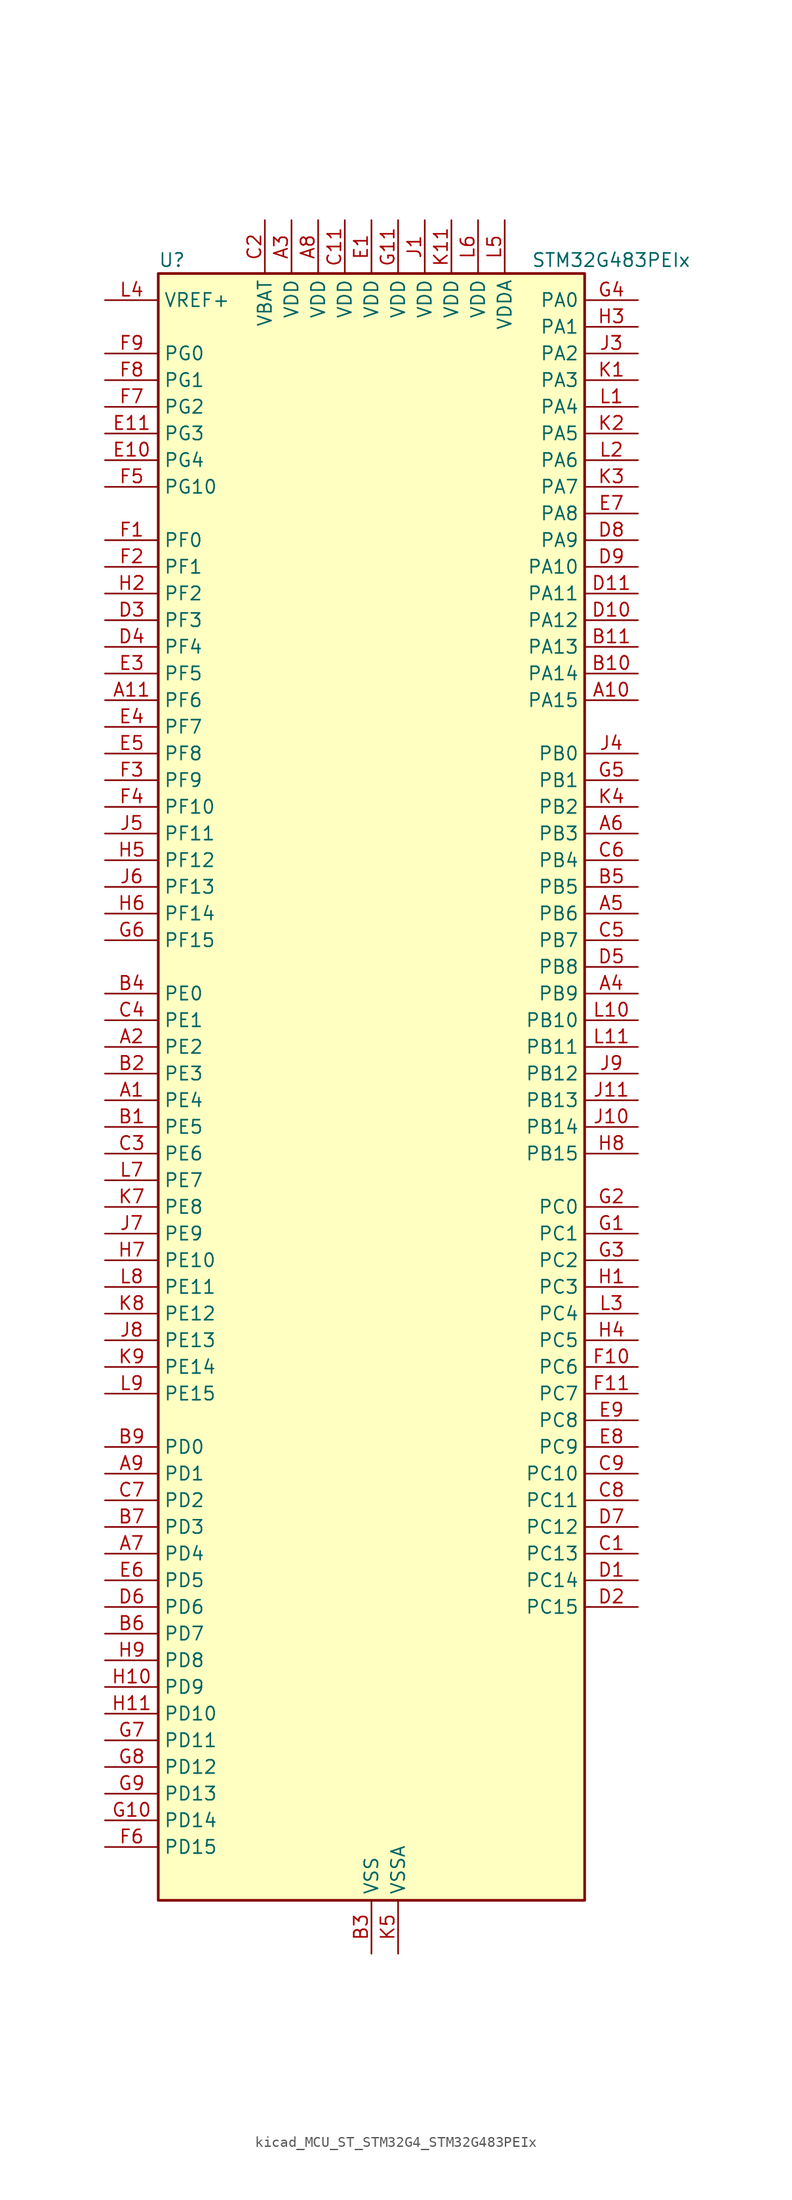
<source format=kicad_sym>
(kicad_symbol_lib
  (version 20220914)
  (generator kicad_symbol_editor)
  (symbol "kicad_MCU_ST_STM32G4_STM32G483PEIx"
    (property "Reference" "U"
      (at -20.32 80.01 0)
      (effects (font (size 1.27 1.27)) (justify left)))
    (property "Value" "STM32G483PEIx"
      (at 15.24 80.01 0)
      (effects (font (size 1.27 1.27)) (justify left)))
    (property "ki_locked" ""
      (at 0 0 0)
      (effects (font (size 1.27 1.27))))
    (symbol "kicad_MCU_ST_STM32G4_STM32G483PEIx_0_1"
      (rectangle (start -20.32 -76.2) (end 20.32 78.74) (stroke (width 0.254) (type default)) (fill (type background))))
    (symbol "kicad_MCU_ST_STM32G4_STM32G483PEIx_1_1"
      (pin bidirectional line (at -25.4 0 0) (length 5.08) (name "PE4" (effects (font (size 1.27 1.27)))) (number "A1" (effects (font (size 1.27 1.27)))) (alternate "FMC_A20" bidirectional line) (alternate "SAI1_D2" bidirectional line) (alternate "SAI1_FS_A" bidirectional line) (alternate "SPI4_NSS" bidirectional line) (alternate "SYS_TRACED1" bidirectional line) (alternate "TIM20_CH1N" bidirectional line) (alternate "TIM3_CH3" bidirectional line))
      (pin bidirectional line (at 25.4 38.1 180) (length 5.08) (name "PA15" (effects (font (size 1.27 1.27)))) (number "A10" (effects (font (size 1.27 1.27)))) (alternate "ADC1_EXTI15" bidirectional line) (alternate "ADC2_EXTI15" bidirectional line) (alternate "FDCAN3_TX" bidirectional line) (alternate "I2C1_SCL" bidirectional line) (alternate "I2S3_WS" bidirectional line) (alternate "SPI1_NSS" bidirectional line) (alternate "SPI3_NSS" bidirectional line) (alternate "SYS_JTDI" bidirectional line) (alternate "TIM1_BKIN" bidirectional line) (alternate "TIM2_CH1" bidirectional line) (alternate "TIM2_ETR" bidirectional line) (alternate "TIM8_CH1" bidirectional line) (alternate "UART4_DE" bidirectional line) (alternate "UART4_RTS" bidirectional line) (alternate "USART2_RX" bidirectional line))
      (pin bidirectional line (at -25.4 38.1 0) (length 5.08) (name "PF6" (effects (font (size 1.27 1.27)))) (number "A11" (effects (font (size 1.27 1.27)))) (alternate "I2C2_SCL" bidirectional line) (alternate "QUADSPI1_BK1_IO3" bidirectional line) (alternate "SAI1_SD_B" bidirectional line) (alternate "TIM4_CH4" bidirectional line) (alternate "TIM5_CH1" bidirectional line) (alternate "TIM5_ETR" bidirectional line) (alternate "USART3_RTS" bidirectional line))
      (pin bidirectional line (at -25.4 5.08 0) (length 5.08) (name "PE2" (effects (font (size 1.27 1.27)))) (number "A2" (effects (font (size 1.27 1.27)))) (alternate "ADC3_EXTI2" bidirectional line) (alternate "ADC4_EXTI2" bidirectional line) (alternate "ADC5_EXTI2" bidirectional line) (alternate "FMC_A23" bidirectional line) (alternate "SAI1_CK1" bidirectional line) (alternate "SAI1_MCLK_A" bidirectional line) (alternate "SPI4_SCK" bidirectional line) (alternate "SYS_TRACECLK" bidirectional line) (alternate "TIM20_CH1" bidirectional line) (alternate "TIM3_CH1" bidirectional line))
      (pin power_in line (at -7.62 83.82 270) (length 5.08) (name "VDD" (effects (font (size 1.27 1.27)))) (number "A3" (effects (font (size 1.27 1.27)))))
      (pin bidirectional line (at 25.4 10.16 180) (length 5.08) (name "PB9" (effects (font (size 1.27 1.27)))) (number "A4" (effects (font (size 1.27 1.27)))) (alternate "COMP2_OUT" bidirectional line) (alternate "DAC1_EXTI9" bidirectional line) (alternate "DAC2_EXTI9" bidirectional line) (alternate "DAC3_EXTI9" bidirectional line) (alternate "DAC4_EXTI9" bidirectional line) (alternate "FDCAN1_TX" bidirectional line) (alternate "I2C1_SDA" bidirectional line) (alternate "IR_OUT" bidirectional line) (alternate "SAI1_D2" bidirectional line) (alternate "SAI1_FS_A" bidirectional line) (alternate "TIM17_CH1" bidirectional line) (alternate "TIM1_CH3N" bidirectional line) (alternate "TIM4_CH4" bidirectional line) (alternate "TIM8_CH3" bidirectional line) (alternate "USART3_TX" bidirectional line))
      (pin bidirectional line (at 25.4 17.78 180) (length 5.08) (name "PB6" (effects (font (size 1.27 1.27)))) (number "A5" (effects (font (size 1.27 1.27)))) (alternate "COMP4_OUT" bidirectional line) (alternate "FDCAN2_TX" bidirectional line) (alternate "LPTIM1_ETR" bidirectional line) (alternate "SAI1_FS_B" bidirectional line) (alternate "TIM16_CH1N" bidirectional line) (alternate "TIM4_CH1" bidirectional line) (alternate "TIM8_BKIN2" bidirectional line) (alternate "TIM8_CH1" bidirectional line) (alternate "TIM8_ETR" bidirectional line) (alternate "UCPD1_CC1" bidirectional line) (alternate "USART1_TX" bidirectional line))
      (pin bidirectional line (at 25.4 25.4 180) (length 5.08) (name "PB3" (effects (font (size 1.27 1.27)))) (number "A6" (effects (font (size 1.27 1.27)))) (alternate "ADC3_EXTI3" bidirectional line) (alternate "ADC4_EXTI3" bidirectional line) (alternate "ADC5_EXTI3" bidirectional line) (alternate "CRS_SYNC" bidirectional line) (alternate "FDCAN3_RX" bidirectional line) (alternate "I2S3_CK" bidirectional line) (alternate "SAI1_SCK_B" bidirectional line) (alternate "SPI1_SCK" bidirectional line) (alternate "SPI3_SCK" bidirectional line) (alternate "SYS_JTDO-SWO" bidirectional line) (alternate "TIM2_CH2" bidirectional line) (alternate "TIM3_ETR" bidirectional line) (alternate "TIM4_ETR" bidirectional line) (alternate "TIM8_CH1N" bidirectional line) (alternate "USART2_TX" bidirectional line))
      (pin bidirectional line (at -25.4 -43.18 0) (length 5.08) (name "PD4" (effects (font (size 1.27 1.27)))) (number "A7" (effects (font (size 1.27 1.27)))) (alternate "FMC_NOE" bidirectional line) (alternate "QUADSPI1_BK2_IO0" bidirectional line) (alternate "TIM2_CH2" bidirectional line) (alternate "USART2_DE" bidirectional line) (alternate "USART2_RTS" bidirectional line))
      (pin power_in line (at -5.08 83.82 270) (length 5.08) (name "VDD" (effects (font (size 1.27 1.27)))) (number "A8" (effects (font (size 1.27 1.27)))))
      (pin bidirectional line (at -25.4 -35.56 0) (length 5.08) (name "PD1" (effects (font (size 1.27 1.27)))) (number "A9" (effects (font (size 1.27 1.27)))) (alternate "FDCAN1_TX" bidirectional line) (alternate "FMC_D3" bidirectional line) (alternate "FMC_DA3" bidirectional line) (alternate "TIM8_BKIN2" bidirectional line) (alternate "TIM8_CH4" bidirectional line))
      (pin bidirectional line (at -25.4 -2.54 0) (length 5.08) (name "PE5" (effects (font (size 1.27 1.27)))) (number "B1" (effects (font (size 1.27 1.27)))) (alternate "FMC_A21" bidirectional line) (alternate "SAI1_CK2" bidirectional line) (alternate "SAI1_SCK_A" bidirectional line) (alternate "SPI4_MISO" bidirectional line) (alternate "SYS_TRACED2" bidirectional line) (alternate "TIM20_CH2N" bidirectional line) (alternate "TIM3_CH4" bidirectional line))
      (pin bidirectional line (at 25.4 40.64 180) (length 5.08) (name "PA14" (effects (font (size 1.27 1.27)))) (number "B10" (effects (font (size 1.27 1.27)))) (alternate "I2C1_SDA" bidirectional line) (alternate "I2C4_SMBA" bidirectional line) (alternate "LPTIM1_OUT" bidirectional line) (alternate "SAI1_FS_B" bidirectional line) (alternate "SYS_JTCK-SWCLK" bidirectional line) (alternate "TIM1_BKIN" bidirectional line) (alternate "TIM8_CH2" bidirectional line) (alternate "USART2_TX" bidirectional line))
      (pin bidirectional line (at 25.4 43.18 180) (length 5.08) (name "PA13" (effects (font (size 1.27 1.27)))) (number "B11" (effects (font (size 1.27 1.27)))) (alternate "I2C1_SCL" bidirectional line) (alternate "I2C4_SCL" bidirectional line) (alternate "IR_OUT" bidirectional line) (alternate "SAI1_SD_B" bidirectional line) (alternate "SYS_JTMS-SWDIO" bidirectional line) (alternate "TIM16_CH1N" bidirectional line) (alternate "TIM4_CH3" bidirectional line) (alternate "USART3_CTS" bidirectional line) (alternate "USART3_NSS" bidirectional line))
      (pin bidirectional line (at -25.4 2.54 0) (length 5.08) (name "PE3" (effects (font (size 1.27 1.27)))) (number "B2" (effects (font (size 1.27 1.27)))) (alternate "ADC3_EXTI3" bidirectional line) (alternate "ADC4_EXTI3" bidirectional line) (alternate "ADC5_EXTI3" bidirectional line) (alternate "FMC_A19" bidirectional line) (alternate "SAI1_SD_B" bidirectional line) (alternate "SPI4_NSS" bidirectional line) (alternate "SYS_TRACED0" bidirectional line) (alternate "TIM20_CH2" bidirectional line) (alternate "TIM3_CH2" bidirectional line))
      (pin power_in line (at 0 -81.28 90) (length 5.08) (name "VSS" (effects (font (size 1.27 1.27)))) (number "B3" (effects (font (size 1.27 1.27)))))
      (pin bidirectional line (at -25.4 10.16 0) (length 5.08) (name "PE0" (effects (font (size 1.27 1.27)))) (number "B4" (effects (font (size 1.27 1.27)))) (alternate "FMC_NBL0" bidirectional line) (alternate "TIM16_CH1" bidirectional line) (alternate "TIM20_CH4N" bidirectional line) (alternate "TIM20_ETR" bidirectional line) (alternate "TIM4_ETR" bidirectional line) (alternate "USART1_TX" bidirectional line))
      (pin bidirectional line (at 25.4 20.32 180) (length 5.08) (name "PB5" (effects (font (size 1.27 1.27)))) (number "B5" (effects (font (size 1.27 1.27)))) (alternate "FDCAN2_RX" bidirectional line) (alternate "I2C1_SMBA" bidirectional line) (alternate "I2C3_SDA" bidirectional line) (alternate "I2S3_SD" bidirectional line) (alternate "LPTIM1_IN1" bidirectional line) (alternate "SAI1_SD_B" bidirectional line) (alternate "SPI1_MOSI" bidirectional line) (alternate "SPI3_MOSI" bidirectional line) (alternate "TIM16_BKIN" bidirectional line) (alternate "TIM17_CH1" bidirectional line) (alternate "TIM3_CH2" bidirectional line) (alternate "TIM8_CH3N" bidirectional line) (alternate "UART5_CTS" bidirectional line) (alternate "USART2_CK" bidirectional line))
      (pin bidirectional line (at -25.4 -50.8 0) (length 5.08) (name "PD7" (effects (font (size 1.27 1.27)))) (number "B6" (effects (font (size 1.27 1.27)))) (alternate "FMC_NCE" bidirectional line) (alternate "FMC_NE1" bidirectional line) (alternate "QUADSPI1_BK2_IO3" bidirectional line) (alternate "TIM2_CH3" bidirectional line) (alternate "USART2_CK" bidirectional line))
      (pin bidirectional line (at -25.4 -40.64 0) (length 5.08) (name "PD3" (effects (font (size 1.27 1.27)))) (number "B7" (effects (font (size 1.27 1.27)))) (alternate "ADC3_EXTI3" bidirectional line) (alternate "ADC4_EXTI3" bidirectional line) (alternate "ADC5_EXTI3" bidirectional line) (alternate "FMC_CLK" bidirectional line) (alternate "QUADSPI1_BK2_NCS" bidirectional line) (alternate "TIM2_CH1" bidirectional line) (alternate "TIM2_ETR" bidirectional line) (alternate "USART2_CTS" bidirectional line) (alternate "USART2_NSS" bidirectional line))
      (pin passive line (at 0 -81.28 90) (length 5.08) hide (name "VSS" (effects (font (size 1.27 1.27)))) (number "B8" (effects (font (size 1.27 1.27)))))
      (pin bidirectional line (at -25.4 -33.02 0) (length 5.08) (name "PD0" (effects (font (size 1.27 1.27)))) (number "B9" (effects (font (size 1.27 1.27)))) (alternate "FDCAN1_RX" bidirectional line) (alternate "FMC_D2" bidirectional line) (alternate "FMC_DA2" bidirectional line) (alternate "TIM8_CH4N" bidirectional line))
      (pin bidirectional line (at 25.4 -43.18 180) (length 5.08) (name "PC13" (effects (font (size 1.27 1.27)))) (number "C1" (effects (font (size 1.27 1.27)))) (alternate "RTC_OUT1" bidirectional line) (alternate "RTC_TAMP1" bidirectional line) (alternate "RTC_TS" bidirectional line) (alternate "SYS_WKUP2" bidirectional line) (alternate "TIM1_BKIN" bidirectional line) (alternate "TIM1_CH1N" bidirectional line) (alternate "TIM8_CH4N" bidirectional line))
      (pin passive line (at 0 -81.28 90) (length 5.08) hide (name "VSS" (effects (font (size 1.27 1.27)))) (number "C10" (effects (font (size 1.27 1.27)))))
      (pin power_in line (at -2.54 83.82 270) (length 5.08) (name "VDD" (effects (font (size 1.27 1.27)))) (number "C11" (effects (font (size 1.27 1.27)))))
      (pin power_in line (at -10.16 83.82 270) (length 5.08) (name "VBAT" (effects (font (size 1.27 1.27)))) (number "C2" (effects (font (size 1.27 1.27)))))
      (pin bidirectional line (at -25.4 -5.08 0) (length 5.08) (name "PE6" (effects (font (size 1.27 1.27)))) (number "C3" (effects (font (size 1.27 1.27)))) (alternate "FMC_A22" bidirectional line) (alternate "RTC_TAMP3" bidirectional line) (alternate "SAI1_D1" bidirectional line) (alternate "SAI1_SD_A" bidirectional line) (alternate "SPI4_MOSI" bidirectional line) (alternate "SYS_TRACED3" bidirectional line) (alternate "SYS_WKUP3" bidirectional line) (alternate "TIM20_CH3N" bidirectional line))
      (pin bidirectional line (at -25.4 7.62 0) (length 5.08) (name "PE1" (effects (font (size 1.27 1.27)))) (number "C4" (effects (font (size 1.27 1.27)))) (alternate "FMC_NBL1" bidirectional line) (alternate "TIM17_CH1" bidirectional line) (alternate "TIM20_CH4" bidirectional line) (alternate "USART1_RX" bidirectional line))
      (pin bidirectional line (at 25.4 15.24 180) (length 5.08) (name "PB7" (effects (font (size 1.27 1.27)))) (number "C5" (effects (font (size 1.27 1.27)))) (alternate "COMP3_OUT" bidirectional line) (alternate "FMC_NL" bidirectional line) (alternate "I2C1_SDA" bidirectional line) (alternate "I2C4_SDA" bidirectional line) (alternate "LPTIM1_IN2" bidirectional line) (alternate "SYS_PVD_IN" bidirectional line) (alternate "TIM17_CH1N" bidirectional line) (alternate "TIM3_CH4" bidirectional line) (alternate "TIM4_CH2" bidirectional line) (alternate "TIM8_BKIN" bidirectional line) (alternate "UART4_CTS" bidirectional line) (alternate "USART1_RX" bidirectional line))
      (pin bidirectional line (at 25.4 22.86 180) (length 5.08) (name "PB4" (effects (font (size 1.27 1.27)))) (number "C6" (effects (font (size 1.27 1.27)))) (alternate "FDCAN3_TX" bidirectional line) (alternate "SAI1_MCLK_B" bidirectional line) (alternate "SPI1_MISO" bidirectional line) (alternate "SPI3_MISO" bidirectional line) (alternate "SYS_JTRST" bidirectional line) (alternate "TIM16_CH1" bidirectional line) (alternate "TIM17_BKIN" bidirectional line) (alternate "TIM3_CH1" bidirectional line) (alternate "TIM8_CH2N" bidirectional line) (alternate "UART5_DE" bidirectional line) (alternate "UART5_RTS" bidirectional line) (alternate "UCPD1_CC2" bidirectional line) (alternate "USART2_RX" bidirectional line))
      (pin bidirectional line (at -25.4 -38.1 0) (length 5.08) (name "PD2" (effects (font (size 1.27 1.27)))) (number "C7" (effects (font (size 1.27 1.27)))) (alternate "ADC3_EXTI2" bidirectional line) (alternate "ADC4_EXTI2" bidirectional line) (alternate "ADC5_EXTI2" bidirectional line) (alternate "TIM3_ETR" bidirectional line) (alternate "TIM8_BKIN" bidirectional line) (alternate "UART5_RX" bidirectional line))
      (pin bidirectional line (at 25.4 -38.1 180) (length 5.08) (name "PC11" (effects (font (size 1.27 1.27)))) (number "C8" (effects (font (size 1.27 1.27)))) (alternate "ADC1_EXTI11" bidirectional line) (alternate "ADC2_EXTI11" bidirectional line) (alternate "I2C3_SDA" bidirectional line) (alternate "SPI3_MISO" bidirectional line) (alternate "TIM8_CH2N" bidirectional line) (alternate "UART4_RX" bidirectional line) (alternate "USART3_RX" bidirectional line))
      (pin bidirectional line (at 25.4 -35.56 180) (length 5.08) (name "PC10" (effects (font (size 1.27 1.27)))) (number "C9" (effects (font (size 1.27 1.27)))) (alternate "DAC1_EXTI10" bidirectional line) (alternate "DAC2_EXTI10" bidirectional line) (alternate "DAC3_EXTI10" bidirectional line) (alternate "DAC4_EXTI10" bidirectional line) (alternate "I2S3_CK" bidirectional line) (alternate "SPI3_SCK" bidirectional line) (alternate "TIM8_CH1N" bidirectional line) (alternate "UART4_TX" bidirectional line) (alternate "USART3_TX" bidirectional line))
      (pin bidirectional line (at 25.4 -45.72 180) (length 5.08) (name "PC14" (effects (font (size 1.27 1.27)))) (number "D1" (effects (font (size 1.27 1.27)))) (alternate "RCC_OSC32_IN" bidirectional line))
      (pin bidirectional line (at 25.4 45.72 180) (length 5.08) (name "PA12" (effects (font (size 1.27 1.27)))) (number "D10" (effects (font (size 1.27 1.27)))) (alternate "COMP2_OUT" bidirectional line) (alternate "FDCAN1_TX" bidirectional line) (alternate "I2S_CKIN" bidirectional line) (alternate "TIM16_CH1" bidirectional line) (alternate "TIM1_CH2N" bidirectional line) (alternate "TIM1_ETR" bidirectional line) (alternate "TIM4_CH2" bidirectional line) (alternate "USART1_DE" bidirectional line) (alternate "USART1_RTS" bidirectional line) (alternate "USB_DP" bidirectional line))
      (pin bidirectional line (at 25.4 48.26 180) (length 5.08) (name "PA11" (effects (font (size 1.27 1.27)))) (number "D11" (effects (font (size 1.27 1.27)))) (alternate "ADC1_EXTI11" bidirectional line) (alternate "ADC2_EXTI11" bidirectional line) (alternate "COMP1_OUT" bidirectional line) (alternate "FDCAN1_RX" bidirectional line) (alternate "I2S2_SD" bidirectional line) (alternate "SPI2_MOSI" bidirectional line) (alternate "TIM1_BKIN2" bidirectional line) (alternate "TIM1_CH1N" bidirectional line) (alternate "TIM1_CH4" bidirectional line) (alternate "TIM4_CH1" bidirectional line) (alternate "USART1_CTS" bidirectional line) (alternate "USART1_NSS" bidirectional line) (alternate "USB_DM" bidirectional line))
      (pin bidirectional line (at 25.4 -48.26 180) (length 5.08) (name "PC15" (effects (font (size 1.27 1.27)))) (number "D2" (effects (font (size 1.27 1.27)))) (alternate "ADC1_EXTI15" bidirectional line) (alternate "ADC2_EXTI15" bidirectional line) (alternate "RCC_OSC32_OUT" bidirectional line))
      (pin bidirectional line (at -25.4 45.72 0) (length 5.08) (name "PF3" (effects (font (size 1.27 1.27)))) (number "D3" (effects (font (size 1.27 1.27)))) (alternate "ADC3_EXTI3" bidirectional line) (alternate "ADC4_EXTI3" bidirectional line) (alternate "ADC5_EXTI3" bidirectional line) (alternate "FMC_A3" bidirectional line) (alternate "I2C3_SCL" bidirectional line) (alternate "TIM20_CH4" bidirectional line))
      (pin bidirectional line (at -25.4 43.18 0) (length 5.08) (name "PF4" (effects (font (size 1.27 1.27)))) (number "D4" (effects (font (size 1.27 1.27)))) (alternate "COMP1_OUT" bidirectional line) (alternate "FMC_A4" bidirectional line) (alternate "I2C3_SDA" bidirectional line) (alternate "TIM20_CH1N" bidirectional line))
      (pin bidirectional line (at 25.4 12.7 180) (length 5.08) (name "PB8" (effects (font (size 1.27 1.27)))) (number "D5" (effects (font (size 1.27 1.27)))) (alternate "COMP1_OUT" bidirectional line) (alternate "FDCAN1_RX" bidirectional line) (alternate "I2C1_SCL" bidirectional line) (alternate "SAI1_CK1" bidirectional line) (alternate "SAI1_MCLK_A" bidirectional line) (alternate "TIM16_CH1" bidirectional line) (alternate "TIM1_BKIN" bidirectional line) (alternate "TIM4_CH3" bidirectional line) (alternate "TIM8_CH2" bidirectional line) (alternate "USART3_RX" bidirectional line))
      (pin bidirectional line (at -25.4 -48.26 0) (length 5.08) (name "PD6" (effects (font (size 1.27 1.27)))) (number "D6" (effects (font (size 1.27 1.27)))) (alternate "FMC_NWAIT" bidirectional line) (alternate "QUADSPI1_BK2_IO2" bidirectional line) (alternate "SAI1_D1" bidirectional line) (alternate "SAI1_SD_A" bidirectional line) (alternate "TIM2_CH4" bidirectional line) (alternate "USART2_RX" bidirectional line))
      (pin bidirectional line (at 25.4 -40.64 180) (length 5.08) (name "PC12" (effects (font (size 1.27 1.27)))) (number "D7" (effects (font (size 1.27 1.27)))) (alternate "I2S3_SD" bidirectional line) (alternate "SPI3_MOSI" bidirectional line) (alternate "TIM5_CH2" bidirectional line) (alternate "TIM8_CH3N" bidirectional line) (alternate "UART5_TX" bidirectional line) (alternate "UCPD1_FRSTX1" bidirectional line) (alternate "UCPD1_FRSTX2" bidirectional line) (alternate "USART3_CK" bidirectional line))
      (pin bidirectional line (at 25.4 53.34 180) (length 5.08) (name "PA9" (effects (font (size 1.27 1.27)))) (number "D8" (effects (font (size 1.27 1.27)))) (alternate "ADC5_IN2" bidirectional line) (alternate "COMP5_OUT" bidirectional line) (alternate "DAC1_EXTI9" bidirectional line) (alternate "DAC2_EXTI9" bidirectional line) (alternate "DAC3_EXTI9" bidirectional line) (alternate "DAC4_EXTI9" bidirectional line) (alternate "I2C2_SCL" bidirectional line) (alternate "I2C3_SMBA" bidirectional line) (alternate "I2S3_MCK" bidirectional line) (alternate "SAI1_FS_A" bidirectional line) (alternate "TIM15_BKIN" bidirectional line) (alternate "TIM1_CH2" bidirectional line) (alternate "TIM2_CH3" bidirectional line) (alternate "UCPD1_DBCC1" bidirectional line) (alternate "USART1_TX" bidirectional line))
      (pin bidirectional line (at 25.4 50.8 180) (length 5.08) (name "PA10" (effects (font (size 1.27 1.27)))) (number "D9" (effects (font (size 1.27 1.27)))) (alternate "COMP6_OUT" bidirectional line) (alternate "CRS_SYNC" bidirectional line) (alternate "DAC1_EXTI10" bidirectional line) (alternate "DAC2_EXTI10" bidirectional line) (alternate "DAC3_EXTI10" bidirectional line) (alternate "DAC4_EXTI10" bidirectional line) (alternate "I2C2_SMBA" bidirectional line) (alternate "SAI1_D1" bidirectional line) (alternate "SAI1_SD_A" bidirectional line) (alternate "SPI2_MISO" bidirectional line) (alternate "TIM17_BKIN" bidirectional line) (alternate "TIM1_CH3" bidirectional line) (alternate "TIM2_CH4" bidirectional line) (alternate "TIM8_BKIN" bidirectional line) (alternate "UCPD1_DBCC2" bidirectional line) (alternate "USART1_RX" bidirectional line))
      (pin power_in line (at 0 83.82 270) (length 5.08) (name "VDD" (effects (font (size 1.27 1.27)))) (number "E1" (effects (font (size 1.27 1.27)))))
      (pin bidirectional line (at -25.4 60.96 0) (length 5.08) (name "PG4" (effects (font (size 1.27 1.27)))) (number "E10" (effects (font (size 1.27 1.27)))) (alternate "FMC_A14" bidirectional line) (alternate "I2C4_SDA" bidirectional line) (alternate "SPI1_MOSI" bidirectional line) (alternate "TIM20_BKIN2" bidirectional line))
      (pin bidirectional line (at -25.4 63.5 0) (length 5.08) (name "PG3" (effects (font (size 1.27 1.27)))) (number "E11" (effects (font (size 1.27 1.27)))) (alternate "ADC3_EXTI3" bidirectional line) (alternate "ADC4_EXTI3" bidirectional line) (alternate "ADC5_EXTI3" bidirectional line) (alternate "FMC_A13" bidirectional line) (alternate "I2C4_SCL" bidirectional line) (alternate "SPI1_MISO" bidirectional line) (alternate "TIM20_BKIN" bidirectional line) (alternate "TIM20_CH4N" bidirectional line))
      (pin passive line (at 0 -81.28 90) (length 5.08) hide (name "VSS" (effects (font (size 1.27 1.27)))) (number "E2" (effects (font (size 1.27 1.27)))))
      (pin bidirectional line (at -25.4 40.64 0) (length 5.08) (name "PF5" (effects (font (size 1.27 1.27)))) (number "E3" (effects (font (size 1.27 1.27)))) (alternate "FMC_A5" bidirectional line) (alternate "TIM20_CH2N" bidirectional line))
      (pin bidirectional line (at -25.4 35.56 0) (length 5.08) (name "PF7" (effects (font (size 1.27 1.27)))) (number "E4" (effects (font (size 1.27 1.27)))) (alternate "FMC_A1" bidirectional line) (alternate "QUADSPI1_BK1_IO2" bidirectional line) (alternate "SAI1_MCLK_B" bidirectional line) (alternate "TIM20_BKIN" bidirectional line) (alternate "TIM5_CH2" bidirectional line))
      (pin bidirectional line (at -25.4 33.02 0) (length 5.08) (name "PF8" (effects (font (size 1.27 1.27)))) (number "E5" (effects (font (size 1.27 1.27)))) (alternate "FMC_A24" bidirectional line) (alternate "QUADSPI1_BK1_IO0" bidirectional line) (alternate "SAI1_SCK_B" bidirectional line) (alternate "TIM20_BKIN2" bidirectional line) (alternate "TIM5_CH3" bidirectional line))
      (pin bidirectional line (at -25.4 -45.72 0) (length 5.08) (name "PD5" (effects (font (size 1.27 1.27)))) (number "E6" (effects (font (size 1.27 1.27)))) (alternate "FMC_NWE" bidirectional line) (alternate "QUADSPI1_BK2_IO1" bidirectional line) (alternate "USART2_TX" bidirectional line))
      (pin bidirectional line (at 25.4 55.88 180) (length 5.08) (name "PA8" (effects (font (size 1.27 1.27)))) (number "E7" (effects (font (size 1.27 1.27)))) (alternate "ADC5_IN1" bidirectional line) (alternate "COMP7_OUT" bidirectional line) (alternate "FDCAN3_RX" bidirectional line) (alternate "I2C2_SDA" bidirectional line) (alternate "I2C3_SCL" bidirectional line) (alternate "I2S2_MCK" bidirectional line) (alternate "OPAMP5_VOUT" bidirectional line) (alternate "RCC_MCO" bidirectional line) (alternate "SAI1_CK2" bidirectional line) (alternate "SAI1_SCK_A" bidirectional line) (alternate "TIM1_CH1" bidirectional line) (alternate "TIM4_ETR" bidirectional line) (alternate "USART1_CK" bidirectional line))
      (pin bidirectional line (at 25.4 -33.02 180) (length 5.08) (name "PC9" (effects (font (size 1.27 1.27)))) (number "E8" (effects (font (size 1.27 1.27)))) (alternate "DAC1_EXTI9" bidirectional line) (alternate "DAC2_EXTI9" bidirectional line) (alternate "DAC3_EXTI9" bidirectional line) (alternate "DAC4_EXTI9" bidirectional line) (alternate "I2C3_SDA" bidirectional line) (alternate "I2S_CKIN" bidirectional line) (alternate "TIM3_CH4" bidirectional line) (alternate "TIM8_BKIN2" bidirectional line) (alternate "TIM8_CH4" bidirectional line))
      (pin bidirectional line (at 25.4 -30.48 180) (length 5.08) (name "PC8" (effects (font (size 1.27 1.27)))) (number "E9" (effects (font (size 1.27 1.27)))) (alternate "COMP7_OUT" bidirectional line) (alternate "I2C3_SCL" bidirectional line) (alternate "TIM20_CH3" bidirectional line) (alternate "TIM3_CH3" bidirectional line) (alternate "TIM8_CH3" bidirectional line))
      (pin bidirectional line (at -25.4 53.34 0) (length 5.08) (name "PF0" (effects (font (size 1.27 1.27)))) (number "F1" (effects (font (size 1.27 1.27)))) (alternate "ADC1_IN10" bidirectional line) (alternate "I2C2_SDA" bidirectional line) (alternate "I2S2_WS" bidirectional line) (alternate "RCC_OSC_IN" bidirectional line) (alternate "SPI2_NSS" bidirectional line) (alternate "TIM1_CH3N" bidirectional line))
      (pin bidirectional line (at 25.4 -25.4 180) (length 5.08) (name "PC6" (effects (font (size 1.27 1.27)))) (number "F10" (effects (font (size 1.27 1.27)))) (alternate "COMP6_OUT" bidirectional line) (alternate "I2C4_SCL" bidirectional line) (alternate "I2S2_MCK" bidirectional line) (alternate "TIM3_CH1" bidirectional line) (alternate "TIM8_CH1" bidirectional line))
      (pin bidirectional line (at 25.4 -27.94 180) (length 5.08) (name "PC7" (effects (font (size 1.27 1.27)))) (number "F11" (effects (font (size 1.27 1.27)))) (alternate "COMP5_OUT" bidirectional line) (alternate "I2C4_SDA" bidirectional line) (alternate "I2S3_MCK" bidirectional line) (alternate "TIM3_CH2" bidirectional line) (alternate "TIM8_CH2" bidirectional line))
      (pin bidirectional line (at -25.4 50.8 0) (length 5.08) (name "PF1" (effects (font (size 1.27 1.27)))) (number "F2" (effects (font (size 1.27 1.27)))) (alternate "ADC2_IN10" bidirectional line) (alternate "COMP3_INM" bidirectional line) (alternate "I2S2_CK" bidirectional line) (alternate "RCC_OSC_OUT" bidirectional line) (alternate "SPI2_SCK" bidirectional line))
      (pin bidirectional line (at -25.4 30.48 0) (length 5.08) (name "PF9" (effects (font (size 1.27 1.27)))) (number "F3" (effects (font (size 1.27 1.27)))) (alternate "DAC1_EXTI9" bidirectional line) (alternate "DAC2_EXTI9" bidirectional line) (alternate "DAC3_EXTI9" bidirectional line) (alternate "DAC4_EXTI9" bidirectional line) (alternate "FMC_A25" bidirectional line) (alternate "QUADSPI1_BK1_IO1" bidirectional line) (alternate "SAI1_FS_B" bidirectional line) (alternate "SPI2_SCK" bidirectional line) (alternate "TIM15_CH1" bidirectional line) (alternate "TIM20_BKIN" bidirectional line) (alternate "TIM5_CH4" bidirectional line))
      (pin bidirectional line (at -25.4 27.94 0) (length 5.08) (name "PF10" (effects (font (size 1.27 1.27)))) (number "F4" (effects (font (size 1.27 1.27)))) (alternate "DAC1_EXTI10" bidirectional line) (alternate "DAC2_EXTI10" bidirectional line) (alternate "DAC3_EXTI10" bidirectional line) (alternate "DAC4_EXTI10" bidirectional line) (alternate "FMC_A0" bidirectional line) (alternate "QUADSPI1_CLK" bidirectional line) (alternate "SAI1_D3" bidirectional line) (alternate "SPI2_SCK" bidirectional line) (alternate "TIM15_CH2" bidirectional line) (alternate "TIM20_BKIN2" bidirectional line))
      (pin bidirectional line (at -25.4 58.42 0) (length 5.08) (name "PG10" (effects (font (size 1.27 1.27)))) (number "F5" (effects (font (size 1.27 1.27)))) (alternate "DAC1_EXTI10" bidirectional line) (alternate "DAC2_EXTI10" bidirectional line) (alternate "DAC3_EXTI10" bidirectional line) (alternate "DAC4_EXTI10" bidirectional line) (alternate "RCC_MCO" bidirectional line))
      (pin bidirectional line (at -25.4 -71.12 0) (length 5.08) (name "PD15" (effects (font (size 1.27 1.27)))) (number "F6" (effects (font (size 1.27 1.27)))) (alternate "ADC1_EXTI15" bidirectional line) (alternate "ADC2_EXTI15" bidirectional line) (alternate "COMP7_INM" bidirectional line) (alternate "FMC_D1" bidirectional line) (alternate "FMC_DA1" bidirectional line) (alternate "SPI2_NSS" bidirectional line) (alternate "TIM4_CH4" bidirectional line))
      (pin bidirectional line (at -25.4 66.04 0) (length 5.08) (name "PG2" (effects (font (size 1.27 1.27)))) (number "F7" (effects (font (size 1.27 1.27)))) (alternate "ADC3_EXTI2" bidirectional line) (alternate "ADC4_EXTI2" bidirectional line) (alternate "ADC5_EXTI2" bidirectional line) (alternate "FMC_A12" bidirectional line) (alternate "SPI1_SCK" bidirectional line) (alternate "TIM20_CH3N" bidirectional line))
      (pin bidirectional line (at -25.4 68.58 0) (length 5.08) (name "PG1" (effects (font (size 1.27 1.27)))) (number "F8" (effects (font (size 1.27 1.27)))) (alternate "FMC_A11" bidirectional line) (alternate "TIM20_CH2N" bidirectional line))
      (pin bidirectional line (at -25.4 71.12 0) (length 5.08) (name "PG0" (effects (font (size 1.27 1.27)))) (number "F9" (effects (font (size 1.27 1.27)))) (alternate "FMC_A10" bidirectional line) (alternate "TIM20_CH1N" bidirectional line))
      (pin bidirectional line (at 25.4 -12.7 180) (length 5.08) (name "PC1" (effects (font (size 1.27 1.27)))) (number "G1" (effects (font (size 1.27 1.27)))) (alternate "ADC1_IN7" bidirectional line) (alternate "ADC2_IN7" bidirectional line) (alternate "COMP3_INP" bidirectional line) (alternate "LPTIM1_OUT" bidirectional line) (alternate "LPUART1_TX" bidirectional line) (alternate "QUADSPI1_BK2_IO0" bidirectional line) (alternate "SAI1_SD_A" bidirectional line) (alternate "TIM1_CH2" bidirectional line))
      (pin bidirectional line (at -25.4 -68.58 0) (length 5.08) (name "PD14" (effects (font (size 1.27 1.27)))) (number "G10" (effects (font (size 1.27 1.27)))) (alternate "ADC3_IN11" bidirectional line) (alternate "ADC4_IN11" bidirectional line) (alternate "ADC5_IN11" bidirectional line) (alternate "COMP7_INP" bidirectional line) (alternate "FMC_D0" bidirectional line) (alternate "FMC_DA0" bidirectional line) (alternate "OPAMP2_VINP" bidirectional line) (alternate "OPAMP2_VINP_SEC" bidirectional line) (alternate "TIM4_CH3" bidirectional line))
      (pin power_in line (at 2.54 83.82 270) (length 5.08) (name "VDD" (effects (font (size 1.27 1.27)))) (number "G11" (effects (font (size 1.27 1.27)))))
      (pin bidirectional line (at 25.4 -10.16 180) (length 5.08) (name "PC0" (effects (font (size 1.27 1.27)))) (number "G2" (effects (font (size 1.27 1.27)))) (alternate "ADC1_IN6" bidirectional line) (alternate "ADC2_IN6" bidirectional line) (alternate "COMP3_INM" bidirectional line) (alternate "LPTIM1_IN1" bidirectional line) (alternate "LPUART1_RX" bidirectional line) (alternate "TIM1_CH1" bidirectional line))
      (pin bidirectional line (at 25.4 -15.24 180) (length 5.08) (name "PC2" (effects (font (size 1.27 1.27)))) (number "G3" (effects (font (size 1.27 1.27)))) (alternate "ADC1_IN8" bidirectional line) (alternate "ADC2_IN8" bidirectional line) (alternate "ADC3_EXTI2" bidirectional line) (alternate "ADC4_EXTI2" bidirectional line) (alternate "ADC5_EXTI2" bidirectional line) (alternate "COMP3_OUT" bidirectional line) (alternate "LPTIM1_IN2" bidirectional line) (alternate "QUADSPI1_BK2_IO1" bidirectional line) (alternate "TIM1_CH3" bidirectional line) (alternate "TIM20_CH2" bidirectional line))
      (pin bidirectional line (at 25.4 76.2 180) (length 5.08) (name "PA0" (effects (font (size 1.27 1.27)))) (number "G4" (effects (font (size 1.27 1.27)))) (alternate "ADC1_IN1" bidirectional line) (alternate "ADC2_IN1" bidirectional line) (alternate "COMP1_INM" bidirectional line) (alternate "COMP1_OUT" bidirectional line) (alternate "COMP3_INP" bidirectional line) (alternate "RTC_TAMP2" bidirectional line) (alternate "SYS_WKUP1" bidirectional line) (alternate "TIM2_CH1" bidirectional line) (alternate "TIM2_ETR" bidirectional line) (alternate "TIM5_CH1" bidirectional line) (alternate "TIM8_BKIN" bidirectional line) (alternate "TIM8_ETR" bidirectional line) (alternate "USART2_CTS" bidirectional line) (alternate "USART2_NSS" bidirectional line))
      (pin bidirectional line (at 25.4 30.48 180) (length 5.08) (name "PB1" (effects (font (size 1.27 1.27)))) (number "G5" (effects (font (size 1.27 1.27)))) (alternate "ADC1_IN12" bidirectional line) (alternate "ADC3_IN1" bidirectional line) (alternate "COMP1_INP" bidirectional line) (alternate "COMP4_OUT" bidirectional line) (alternate "LPUART1_DE" bidirectional line) (alternate "LPUART1_RTS" bidirectional line) (alternate "OPAMP3_VOUT" bidirectional line) (alternate "OPAMP6_VINM" bidirectional line) (alternate "OPAMP6_VINM1" bidirectional line) (alternate "OPAMP6_VINM_SEC" bidirectional line) (alternate "QUADSPI1_BK1_IO0" bidirectional line) (alternate "TIM1_CH3N" bidirectional line) (alternate "TIM3_CH4" bidirectional line) (alternate "TIM8_CH3N" bidirectional line))
      (pin bidirectional line (at -25.4 15.24 0) (length 5.08) (name "PF15" (effects (font (size 1.27 1.27)))) (number "G6" (effects (font (size 1.27 1.27)))) (alternate "ADC1_EXTI15" bidirectional line) (alternate "ADC2_EXTI15" bidirectional line) (alternate "FMC_A9" bidirectional line) (alternate "I2C4_SDA" bidirectional line) (alternate "TIM20_CH4" bidirectional line))
      (pin bidirectional line (at -25.4 -60.96 0) (length 5.08) (name "PD11" (effects (font (size 1.27 1.27)))) (number "G7" (effects (font (size 1.27 1.27)))) (alternate "ADC1_EXTI11" bidirectional line) (alternate "ADC2_EXTI11" bidirectional line) (alternate "ADC3_IN8" bidirectional line) (alternate "ADC4_IN8" bidirectional line) (alternate "ADC5_IN8" bidirectional line) (alternate "COMP6_INP" bidirectional line) (alternate "FMC_A16" bidirectional line) (alternate "FMC_CLE" bidirectional line) (alternate "I2C4_SMBA" bidirectional line) (alternate "OPAMP4_VINP" bidirectional line) (alternate "OPAMP4_VINP_SEC" bidirectional line) (alternate "TIM5_ETR" bidirectional line) (alternate "USART3_CTS" bidirectional line) (alternate "USART3_NSS" bidirectional line))
      (pin bidirectional line (at -25.4 -63.5 0) (length 5.08) (name "PD12" (effects (font (size 1.27 1.27)))) (number "G8" (effects (font (size 1.27 1.27)))) (alternate "ADC3_IN9" bidirectional line) (alternate "ADC4_IN9" bidirectional line) (alternate "ADC5_IN9" bidirectional line) (alternate "COMP5_INP" bidirectional line) (alternate "FMC_A17" bidirectional line) (alternate "FMC_ALE" bidirectional line) (alternate "OPAMP5_VINP" bidirectional line) (alternate "OPAMP5_VINP_SEC" bidirectional line) (alternate "TIM4_CH1" bidirectional line) (alternate "USART3_DE" bidirectional line) (alternate "USART3_RTS" bidirectional line))
      (pin bidirectional line (at -25.4 -66.04 0) (length 5.08) (name "PD13" (effects (font (size 1.27 1.27)))) (number "G9" (effects (font (size 1.27 1.27)))) (alternate "ADC3_IN10" bidirectional line) (alternate "ADC4_IN10" bidirectional line) (alternate "ADC5_IN10" bidirectional line) (alternate "COMP5_INM" bidirectional line) (alternate "FMC_A18" bidirectional line) (alternate "TIM4_CH2" bidirectional line))
      (pin bidirectional line (at 25.4 -17.78 180) (length 5.08) (name "PC3" (effects (font (size 1.27 1.27)))) (number "H1" (effects (font (size 1.27 1.27)))) (alternate "ADC1_IN9" bidirectional line) (alternate "ADC2_IN9" bidirectional line) (alternate "ADC3_EXTI3" bidirectional line) (alternate "ADC4_EXTI3" bidirectional line) (alternate "ADC5_EXTI3" bidirectional line) (alternate "LPTIM1_ETR" bidirectional line) (alternate "OPAMP5_VINP" bidirectional line) (alternate "OPAMP5_VINP_SEC" bidirectional line) (alternate "QUADSPI1_BK2_IO2" bidirectional line) (alternate "SAI1_D1" bidirectional line) (alternate "SAI1_SD_A" bidirectional line) (alternate "TIM1_BKIN2" bidirectional line) (alternate "TIM1_CH4" bidirectional line))
      (pin bidirectional line (at -25.4 -55.88 0) (length 5.08) (name "PD9" (effects (font (size 1.27 1.27)))) (number "H10" (effects (font (size 1.27 1.27)))) (alternate "ADC4_IN13" bidirectional line) (alternate "ADC5_IN13" bidirectional line) (alternate "DAC1_EXTI9" bidirectional line) (alternate "DAC2_EXTI9" bidirectional line) (alternate "DAC3_EXTI9" bidirectional line) (alternate "DAC4_EXTI9" bidirectional line) (alternate "FMC_D14" bidirectional line) (alternate "FMC_DA14" bidirectional line) (alternate "OPAMP6_VINP" bidirectional line) (alternate "OPAMP6_VINP_SEC" bidirectional line) (alternate "USART3_RX" bidirectional line))
      (pin bidirectional line (at -25.4 -58.42 0) (length 5.08) (name "PD10" (effects (font (size 1.27 1.27)))) (number "H11" (effects (font (size 1.27 1.27)))) (alternate "ADC3_IN7" bidirectional line) (alternate "ADC4_IN7" bidirectional line) (alternate "ADC5_IN7" bidirectional line) (alternate "COMP6_INM" bidirectional line) (alternate "DAC1_EXTI10" bidirectional line) (alternate "DAC2_EXTI10" bidirectional line) (alternate "DAC3_EXTI10" bidirectional line) (alternate "DAC4_EXTI10" bidirectional line) (alternate "FMC_D15" bidirectional line) (alternate "FMC_DA15" bidirectional line) (alternate "USART3_CK" bidirectional line))
      (pin bidirectional line (at -25.4 48.26 0) (length 5.08) (name "PF2" (effects (font (size 1.27 1.27)))) (number "H2" (effects (font (size 1.27 1.27)))) (alternate "ADC3_EXTI2" bidirectional line) (alternate "ADC4_EXTI2" bidirectional line) (alternate "ADC5_EXTI2" bidirectional line) (alternate "FMC_A2" bidirectional line) (alternate "I2C2_SMBA" bidirectional line) (alternate "TIM20_CH3" bidirectional line))
      (pin bidirectional line (at 25.4 73.66 180) (length 5.08) (name "PA1" (effects (font (size 1.27 1.27)))) (number "H3" (effects (font (size 1.27 1.27)))) (alternate "ADC1_IN2" bidirectional line) (alternate "ADC2_IN2" bidirectional line) (alternate "COMP1_INP" bidirectional line) (alternate "OPAMP1_VINP" bidirectional line) (alternate "OPAMP1_VINP_SEC" bidirectional line) (alternate "OPAMP3_VINP" bidirectional line) (alternate "OPAMP3_VINP_SEC" bidirectional line) (alternate "OPAMP6_VINM" bidirectional line) (alternate "OPAMP6_VINM0" bidirectional line) (alternate "OPAMP6_VINM_SEC" bidirectional line) (alternate "RTC_REFIN" bidirectional line) (alternate "TIM15_CH1N" bidirectional line) (alternate "TIM2_CH2" bidirectional line) (alternate "TIM5_CH2" bidirectional line) (alternate "USART2_DE" bidirectional line) (alternate "USART2_RTS" bidirectional line))
      (pin bidirectional line (at 25.4 -22.86 180) (length 5.08) (name "PC5" (effects (font (size 1.27 1.27)))) (number "H4" (effects (font (size 1.27 1.27)))) (alternate "ADC2_IN11" bidirectional line) (alternate "OPAMP1_VINM" bidirectional line) (alternate "OPAMP1_VINM1" bidirectional line) (alternate "OPAMP1_VINM_SEC" bidirectional line) (alternate "OPAMP2_VINM" bidirectional line) (alternate "OPAMP2_VINM1" bidirectional line) (alternate "OPAMP2_VINM_SEC" bidirectional line) (alternate "SAI1_D3" bidirectional line) (alternate "SYS_WKUP5" bidirectional line) (alternate "TIM15_BKIN" bidirectional line) (alternate "TIM1_CH4N" bidirectional line) (alternate "USART1_RX" bidirectional line))
      (pin bidirectional line (at -25.4 22.86 0) (length 5.08) (name "PF12" (effects (font (size 1.27 1.27)))) (number "H5" (effects (font (size 1.27 1.27)))) (alternate "FMC_A6" bidirectional line) (alternate "TIM20_CH1" bidirectional line))
      (pin bidirectional line (at -25.4 17.78 0) (length 5.08) (name "PF14" (effects (font (size 1.27 1.27)))) (number "H6" (effects (font (size 1.27 1.27)))) (alternate "FMC_A8" bidirectional line) (alternate "I2C4_SCL" bidirectional line) (alternate "TIM20_CH3" bidirectional line))
      (pin bidirectional line (at -25.4 -15.24 0) (length 5.08) (name "PE10" (effects (font (size 1.27 1.27)))) (number "H7" (effects (font (size 1.27 1.27)))) (alternate "ADC3_IN14" bidirectional line) (alternate "ADC4_IN14" bidirectional line) (alternate "ADC5_IN14" bidirectional line) (alternate "DAC1_EXTI10" bidirectional line) (alternate "DAC2_EXTI10" bidirectional line) (alternate "DAC3_EXTI10" bidirectional line) (alternate "DAC4_EXTI10" bidirectional line) (alternate "FMC_D7" bidirectional line) (alternate "FMC_DA7" bidirectional line) (alternate "QUADSPI1_CLK" bidirectional line) (alternate "SAI1_MCLK_B" bidirectional line) (alternate "TIM1_CH2N" bidirectional line))
      (pin bidirectional line (at 25.4 -5.08 180) (length 5.08) (name "PB15" (effects (font (size 1.27 1.27)))) (number "H8" (effects (font (size 1.27 1.27)))) (alternate "ADC1_EXTI15" bidirectional line) (alternate "ADC2_EXTI15" bidirectional line) (alternate "ADC2_IN15" bidirectional line) (alternate "ADC4_IN5" bidirectional line) (alternate "COMP3_OUT" bidirectional line) (alternate "COMP6_INM" bidirectional line) (alternate "I2S2_SD" bidirectional line) (alternate "OPAMP5_VINM" bidirectional line) (alternate "OPAMP5_VINM0" bidirectional line) (alternate "OPAMP5_VINM_SEC" bidirectional line) (alternate "RTC_REFIN" bidirectional line) (alternate "SPI2_MOSI" bidirectional line) (alternate "TIM15_CH1N" bidirectional line) (alternate "TIM15_CH2" bidirectional line) (alternate "TIM1_CH3N" bidirectional line))
      (pin bidirectional line (at -25.4 -53.34 0) (length 5.08) (name "PD8" (effects (font (size 1.27 1.27)))) (number "H9" (effects (font (size 1.27 1.27)))) (alternate "ADC4_IN12" bidirectional line) (alternate "ADC5_IN12" bidirectional line) (alternate "FMC_D13" bidirectional line) (alternate "FMC_DA13" bidirectional line) (alternate "OPAMP4_VINM" bidirectional line) (alternate "OPAMP4_VINM1" bidirectional line) (alternate "OPAMP4_VINM_SEC" bidirectional line) (alternate "USART3_TX" bidirectional line))
      (pin power_in line (at 5.08 83.82 270) (length 5.08) (name "VDD" (effects (font (size 1.27 1.27)))) (number "J1" (effects (font (size 1.27 1.27)))))
      (pin bidirectional line (at 25.4 -2.54 180) (length 5.08) (name "PB14" (effects (font (size 1.27 1.27)))) (number "J10" (effects (font (size 1.27 1.27)))) (alternate "ADC1_IN5" bidirectional line) (alternate "ADC4_IN4" bidirectional line) (alternate "COMP4_OUT" bidirectional line) (alternate "COMP7_INP" bidirectional line) (alternate "OPAMP2_VINP" bidirectional line) (alternate "OPAMP2_VINP_SEC" bidirectional line) (alternate "OPAMP5_VINP" bidirectional line) (alternate "OPAMP5_VINP_SEC" bidirectional line) (alternate "SPI2_MISO" bidirectional line) (alternate "TIM15_CH1" bidirectional line) (alternate "TIM1_CH2N" bidirectional line) (alternate "USART3_DE" bidirectional line) (alternate "USART3_RTS" bidirectional line))
      (pin bidirectional line (at 25.4 0 180) (length 5.08) (name "PB13" (effects (font (size 1.27 1.27)))) (number "J11" (effects (font (size 1.27 1.27)))) (alternate "ADC3_IN5" bidirectional line) (alternate "COMP5_INP" bidirectional line) (alternate "FDCAN2_TX" bidirectional line) (alternate "I2S2_CK" bidirectional line) (alternate "LPUART1_CTS" bidirectional line) (alternate "OPAMP3_VINP" bidirectional line) (alternate "OPAMP3_VINP_SEC" bidirectional line) (alternate "OPAMP4_VINP" bidirectional line) (alternate "OPAMP4_VINP_SEC" bidirectional line) (alternate "OPAMP6_VINP" bidirectional line) (alternate "OPAMP6_VINP_SEC" bidirectional line) (alternate "SPI2_SCK" bidirectional line) (alternate "TIM1_CH1N" bidirectional line) (alternate "USART3_CTS" bidirectional line) (alternate "USART3_NSS" bidirectional line))
      (pin passive line (at 0 -81.28 90) (length 5.08) hide (name "VSS" (effects (font (size 1.27 1.27)))) (number "J2" (effects (font (size 1.27 1.27)))))
      (pin bidirectional line (at 25.4 71.12 180) (length 5.08) (name "PA2" (effects (font (size 1.27 1.27)))) (number "J3" (effects (font (size 1.27 1.27)))) (alternate "ADC1_IN3" bidirectional line) (alternate "ADC3_EXTI2" bidirectional line) (alternate "ADC4_EXTI2" bidirectional line) (alternate "ADC5_EXTI2" bidirectional line) (alternate "COMP2_INM" bidirectional line) (alternate "COMP2_OUT" bidirectional line) (alternate "LPUART1_TX" bidirectional line) (alternate "OPAMP1_VOUT" bidirectional line) (alternate "QUADSPI1_BK1_NCS" bidirectional line) (alternate "RCC_LSCO" bidirectional line) (alternate "SYS_WKUP4" bidirectional line) (alternate "TIM15_CH1" bidirectional line) (alternate "TIM2_CH3" bidirectional line) (alternate "TIM5_CH3" bidirectional line) (alternate "UCPD1_FRSTX1" bidirectional line) (alternate "UCPD1_FRSTX2" bidirectional line) (alternate "USART2_TX" bidirectional line))
      (pin bidirectional line (at 25.4 33.02 180) (length 5.08) (name "PB0" (effects (font (size 1.27 1.27)))) (number "J4" (effects (font (size 1.27 1.27)))) (alternate "ADC1_IN15" bidirectional line) (alternate "ADC3_IN12" bidirectional line) (alternate "COMP4_INP" bidirectional line) (alternate "OPAMP2_VINP" bidirectional line) (alternate "OPAMP2_VINP_SEC" bidirectional line) (alternate "OPAMP3_VINP" bidirectional line) (alternate "OPAMP3_VINP_SEC" bidirectional line) (alternate "QUADSPI1_BK1_IO1" bidirectional line) (alternate "TIM1_CH2N" bidirectional line) (alternate "TIM3_CH3" bidirectional line) (alternate "TIM8_CH2N" bidirectional line) (alternate "UCPD1_FRSTX1" bidirectional line) (alternate "UCPD1_FRSTX2" bidirectional line))
      (pin bidirectional line (at -25.4 25.4 0) (length 5.08) (name "PF11" (effects (font (size 1.27 1.27)))) (number "J5" (effects (font (size 1.27 1.27)))) (alternate "ADC1_EXTI11" bidirectional line) (alternate "ADC2_EXTI11" bidirectional line) (alternate "FMC_NE4" bidirectional line) (alternate "TIM20_ETR" bidirectional line))
      (pin bidirectional line (at -25.4 20.32 0) (length 5.08) (name "PF13" (effects (font (size 1.27 1.27)))) (number "J6" (effects (font (size 1.27 1.27)))) (alternate "FMC_A7" bidirectional line) (alternate "I2C4_SMBA" bidirectional line) (alternate "TIM20_CH2" bidirectional line))
      (pin bidirectional line (at -25.4 -12.7 0) (length 5.08) (name "PE9" (effects (font (size 1.27 1.27)))) (number "J7" (effects (font (size 1.27 1.27)))) (alternate "ADC3_IN2" bidirectional line) (alternate "DAC1_EXTI9" bidirectional line) (alternate "DAC2_EXTI9" bidirectional line) (alternate "DAC3_EXTI9" bidirectional line) (alternate "DAC4_EXTI9" bidirectional line) (alternate "FMC_D6" bidirectional line) (alternate "FMC_DA6" bidirectional line) (alternate "SAI1_FS_B" bidirectional line) (alternate "TIM1_CH1" bidirectional line) (alternate "TIM5_CH4" bidirectional line))
      (pin bidirectional line (at -25.4 -22.86 0) (length 5.08) (name "PE13" (effects (font (size 1.27 1.27)))) (number "J8" (effects (font (size 1.27 1.27)))) (alternate "ADC3_IN3" bidirectional line) (alternate "FMC_D10" bidirectional line) (alternate "FMC_DA10" bidirectional line) (alternate "QUADSPI1_BK1_IO1" bidirectional line) (alternate "SPI4_MISO" bidirectional line) (alternate "TIM1_CH3" bidirectional line))
      (pin bidirectional line (at 25.4 2.54 180) (length 5.08) (name "PB12" (effects (font (size 1.27 1.27)))) (number "J9" (effects (font (size 1.27 1.27)))) (alternate "ADC1_IN11" bidirectional line) (alternate "ADC4_IN3" bidirectional line) (alternate "COMP7_INM" bidirectional line) (alternate "FDCAN2_RX" bidirectional line) (alternate "I2C2_SMBA" bidirectional line) (alternate "I2S2_WS" bidirectional line) (alternate "LPUART1_DE" bidirectional line) (alternate "LPUART1_RTS" bidirectional line) (alternate "OPAMP4_VOUT" bidirectional line) (alternate "OPAMP6_VINP" bidirectional line) (alternate "OPAMP6_VINP_SEC" bidirectional line) (alternate "SPI2_NSS" bidirectional line) (alternate "TIM1_BKIN" bidirectional line) (alternate "TIM5_ETR" bidirectional line) (alternate "USART3_CK" bidirectional line))
      (pin bidirectional line (at 25.4 68.58 180) (length 5.08) (name "PA3" (effects (font (size 1.27 1.27)))) (number "K1" (effects (font (size 1.27 1.27)))) (alternate "ADC1_IN4" bidirectional line) (alternate "ADC3_EXTI3" bidirectional line) (alternate "ADC4_EXTI3" bidirectional line) (alternate "ADC5_EXTI3" bidirectional line) (alternate "COMP2_INP" bidirectional line) (alternate "LPUART1_RX" bidirectional line) (alternate "OPAMP1_VINM" bidirectional line) (alternate "OPAMP1_VINM0" bidirectional line) (alternate "OPAMP1_VINM_SEC" bidirectional line) (alternate "OPAMP1_VINP" bidirectional line) (alternate "OPAMP1_VINP_SEC" bidirectional line) (alternate "OPAMP5_VINM" bidirectional line) (alternate "OPAMP5_VINM1" bidirectional line) (alternate "OPAMP5_VINM_SEC" bidirectional line) (alternate "QUADSPI1_CLK" bidirectional line) (alternate "SAI1_CK1" bidirectional line) (alternate "SAI1_MCLK_A" bidirectional line) (alternate "TIM15_CH2" bidirectional line) (alternate "TIM2_CH4" bidirectional line) (alternate "TIM5_CH4" bidirectional line) (alternate "USART2_RX" bidirectional line))
      (pin passive line (at 0 -81.28 90) (length 5.08) hide (name "VSS" (effects (font (size 1.27 1.27)))) (number "K10" (effects (font (size 1.27 1.27)))))
      (pin power_in line (at 7.62 83.82 270) (length 5.08) (name "VDD" (effects (font (size 1.27 1.27)))) (number "K11" (effects (font (size 1.27 1.27)))))
      (pin bidirectional line (at 25.4 63.5 180) (length 5.08) (name "PA5" (effects (font (size 1.27 1.27)))) (number "K2" (effects (font (size 1.27 1.27)))) (alternate "ADC2_IN13" bidirectional line) (alternate "COMP2_INM" bidirectional line) (alternate "DAC1_OUT2" bidirectional line) (alternate "OPAMP2_VINM" bidirectional line) (alternate "OPAMP2_VINM0" bidirectional line) (alternate "OPAMP2_VINM_SEC" bidirectional line) (alternate "SPI1_SCK" bidirectional line) (alternate "TIM2_CH1" bidirectional line) (alternate "TIM2_ETR" bidirectional line) (alternate "UCPD1_FRSTX1" bidirectional line) (alternate "UCPD1_FRSTX2" bidirectional line))
      (pin bidirectional line (at 25.4 58.42 180) (length 5.08) (name "PA7" (effects (font (size 1.27 1.27)))) (number "K3" (effects (font (size 1.27 1.27)))) (alternate "ADC2_IN4" bidirectional line) (alternate "COMP2_INP" bidirectional line) (alternate "COMP2_OUT" bidirectional line) (alternate "OPAMP1_VINP" bidirectional line) (alternate "OPAMP1_VINP_SEC" bidirectional line) (alternate "OPAMP2_VINP" bidirectional line) (alternate "OPAMP2_VINP_SEC" bidirectional line) (alternate "QUADSPI1_BK1_IO2" bidirectional line) (alternate "SPI1_MOSI" bidirectional line) (alternate "TIM17_CH1" bidirectional line) (alternate "TIM1_CH1N" bidirectional line) (alternate "TIM3_CH2" bidirectional line) (alternate "TIM8_CH1N" bidirectional line) (alternate "UCPD1_FRSTX1" bidirectional line) (alternate "UCPD1_FRSTX2" bidirectional line))
      (pin bidirectional line (at 25.4 27.94 180) (length 5.08) (name "PB2" (effects (font (size 1.27 1.27)))) (number "K4" (effects (font (size 1.27 1.27)))) (alternate "ADC2_IN12" bidirectional line) (alternate "ADC3_EXTI2" bidirectional line) (alternate "ADC4_EXTI2" bidirectional line) (alternate "ADC5_EXTI2" bidirectional line) (alternate "COMP4_INM" bidirectional line) (alternate "I2C3_SMBA" bidirectional line) (alternate "LPTIM1_OUT" bidirectional line) (alternate "OPAMP3_VINM" bidirectional line) (alternate "OPAMP3_VINM0" bidirectional line) (alternate "OPAMP3_VINM_SEC" bidirectional line) (alternate "QUADSPI1_BK2_IO1" bidirectional line) (alternate "RTC_OUT2" bidirectional line) (alternate "TIM20_CH1" bidirectional line) (alternate "TIM5_CH1" bidirectional line))
      (pin power_in line (at 2.54 -81.28 90) (length 5.08) (name "VSSA" (effects (font (size 1.27 1.27)))) (number "K5" (effects (font (size 1.27 1.27)))))
      (pin passive line (at 0 -81.28 90) (length 5.08) hide (name "VSS" (effects (font (size 1.27 1.27)))) (number "K6" (effects (font (size 1.27 1.27)))))
      (pin bidirectional line (at -25.4 -10.16 0) (length 5.08) (name "PE8" (effects (font (size 1.27 1.27)))) (number "K7" (effects (font (size 1.27 1.27)))) (alternate "ADC3_IN6" bidirectional line) (alternate "ADC4_IN6" bidirectional line) (alternate "ADC5_IN6" bidirectional line) (alternate "COMP4_INM" bidirectional line) (alternate "FMC_D5" bidirectional line) (alternate "FMC_DA5" bidirectional line) (alternate "SAI1_SCK_B" bidirectional line) (alternate "TIM1_CH1N" bidirectional line) (alternate "TIM5_CH3" bidirectional line))
      (pin bidirectional line (at -25.4 -20.32 0) (length 5.08) (name "PE12" (effects (font (size 1.27 1.27)))) (number "K8" (effects (font (size 1.27 1.27)))) (alternate "ADC3_IN16" bidirectional line) (alternate "ADC4_IN16" bidirectional line) (alternate "ADC5_IN16" bidirectional line) (alternate "FMC_D9" bidirectional line) (alternate "FMC_DA9" bidirectional line) (alternate "QUADSPI1_BK1_IO0" bidirectional line) (alternate "SPI4_SCK" bidirectional line) (alternate "TIM1_CH3N" bidirectional line))
      (pin bidirectional line (at -25.4 -25.4 0) (length 5.08) (name "PE14" (effects (font (size 1.27 1.27)))) (number "K9" (effects (font (size 1.27 1.27)))) (alternate "ADC4_IN1" bidirectional line) (alternate "FMC_D11" bidirectional line) (alternate "FMC_DA11" bidirectional line) (alternate "QUADSPI1_BK1_IO2" bidirectional line) (alternate "SPI4_MOSI" bidirectional line) (alternate "TIM1_BKIN2" bidirectional line) (alternate "TIM1_CH4" bidirectional line))
      (pin bidirectional line (at 25.4 66.04 180) (length 5.08) (name "PA4" (effects (font (size 1.27 1.27)))) (number "L1" (effects (font (size 1.27 1.27)))) (alternate "ADC2_IN17" bidirectional line) (alternate "COMP1_INM" bidirectional line) (alternate "DAC1_OUT1" bidirectional line) (alternate "I2S3_WS" bidirectional line) (alternate "SAI1_FS_B" bidirectional line) (alternate "SPI1_NSS" bidirectional line) (alternate "SPI3_NSS" bidirectional line) (alternate "TIM3_CH2" bidirectional line) (alternate "USART2_CK" bidirectional line))
      (pin bidirectional line (at 25.4 7.62 180) (length 5.08) (name "PB10" (effects (font (size 1.27 1.27)))) (number "L10" (effects (font (size 1.27 1.27)))) (alternate "COMP5_INM" bidirectional line) (alternate "DAC1_EXTI10" bidirectional line) (alternate "DAC2_EXTI10" bidirectional line) (alternate "DAC3_EXTI10" bidirectional line) (alternate "DAC4_EXTI10" bidirectional line) (alternate "LPUART1_RX" bidirectional line) (alternate "OPAMP3_VINM" bidirectional line) (alternate "OPAMP3_VINM1" bidirectional line) (alternate "OPAMP3_VINM_SEC" bidirectional line) (alternate "OPAMP4_VINM" bidirectional line) (alternate "OPAMP4_VINM0" bidirectional line) (alternate "OPAMP4_VINM_SEC" bidirectional line) (alternate "QUADSPI1_CLK" bidirectional line) (alternate "SAI1_SCK_A" bidirectional line) (alternate "TIM1_BKIN" bidirectional line) (alternate "TIM2_CH3" bidirectional line) (alternate "USART3_TX" bidirectional line))
      (pin bidirectional line (at 25.4 5.08 180) (length 5.08) (name "PB11" (effects (font (size 1.27 1.27)))) (number "L11" (effects (font (size 1.27 1.27)))) (alternate "ADC1_EXTI11" bidirectional line) (alternate "ADC1_IN14" bidirectional line) (alternate "ADC2_EXTI11" bidirectional line) (alternate "ADC2_IN14" bidirectional line) (alternate "COMP6_INP" bidirectional line) (alternate "LPUART1_TX" bidirectional line) (alternate "OPAMP4_VINP" bidirectional line) (alternate "OPAMP4_VINP_SEC" bidirectional line) (alternate "OPAMP6_VOUT" bidirectional line) (alternate "QUADSPI1_BK1_NCS" bidirectional line) (alternate "TIM2_CH4" bidirectional line) (alternate "USART3_RX" bidirectional line))
      (pin bidirectional line (at 25.4 60.96 180) (length 5.08) (name "PA6" (effects (font (size 1.27 1.27)))) (number "L2" (effects (font (size 1.27 1.27)))) (alternate "ADC2_IN3" bidirectional line) (alternate "COMP1_OUT" bidirectional line) (alternate "DAC2_OUT1" bidirectional line) (alternate "LPUART1_CTS" bidirectional line) (alternate "OPAMP2_VOUT" bidirectional line) (alternate "QUADSPI1_BK1_IO3" bidirectional line) (alternate "SPI1_MISO" bidirectional line) (alternate "TIM16_CH1" bidirectional line) (alternate "TIM1_BKIN" bidirectional line) (alternate "TIM3_CH1" bidirectional line) (alternate "TIM8_BKIN" bidirectional line))
      (pin bidirectional line (at 25.4 -20.32 180) (length 5.08) (name "PC4" (effects (font (size 1.27 1.27)))) (number "L3" (effects (font (size 1.27 1.27)))) (alternate "ADC2_IN5" bidirectional line) (alternate "I2C2_SCL" bidirectional line) (alternate "QUADSPI1_BK2_IO3" bidirectional line) (alternate "TIM1_ETR" bidirectional line) (alternate "USART1_TX" bidirectional line))
      (pin input line (at -25.4 76.2 0) (length 5.08) (name "VREF+" (effects (font (size 1.27 1.27)))) (number "L4" (effects (font (size 1.27 1.27)))) (alternate "VREFBUF_OUT" bidirectional line))
      (pin power_in line (at 12.7 83.82 270) (length 5.08) (name "VDDA" (effects (font (size 1.27 1.27)))) (number "L5" (effects (font (size 1.27 1.27)))))
      (pin power_in line (at 10.16 83.82 270) (length 5.08) (name "VDD" (effects (font (size 1.27 1.27)))) (number "L6" (effects (font (size 1.27 1.27)))))
      (pin bidirectional line (at -25.4 -7.62 0) (length 5.08) (name "PE7" (effects (font (size 1.27 1.27)))) (number "L7" (effects (font (size 1.27 1.27)))) (alternate "ADC3_IN4" bidirectional line) (alternate "COMP4_INP" bidirectional line) (alternate "FMC_D4" bidirectional line) (alternate "FMC_DA4" bidirectional line) (alternate "SAI1_SD_B" bidirectional line) (alternate "TIM1_ETR" bidirectional line))
      (pin bidirectional line (at -25.4 -17.78 0) (length 5.08) (name "PE11" (effects (font (size 1.27 1.27)))) (number "L8" (effects (font (size 1.27 1.27)))) (alternate "ADC1_EXTI11" bidirectional line) (alternate "ADC2_EXTI11" bidirectional line) (alternate "ADC3_IN15" bidirectional line) (alternate "ADC4_IN15" bidirectional line) (alternate "ADC5_IN15" bidirectional line) (alternate "FMC_D8" bidirectional line) (alternate "FMC_DA8" bidirectional line) (alternate "QUADSPI1_BK1_NCS" bidirectional line) (alternate "SPI4_NSS" bidirectional line) (alternate "TIM1_CH2" bidirectional line))
      (pin bidirectional line (at -25.4 -27.94 0) (length 5.08) (name "PE15" (effects (font (size 1.27 1.27)))) (number "L9" (effects (font (size 1.27 1.27)))) (alternate "ADC1_EXTI15" bidirectional line) (alternate "ADC2_EXTI15" bidirectional line) (alternate "ADC4_IN2" bidirectional line) (alternate "FMC_D12" bidirectional line) (alternate "FMC_DA12" bidirectional line) (alternate "QUADSPI1_BK1_IO3" bidirectional line) (alternate "TIM1_BKIN" bidirectional line) (alternate "TIM1_CH4N" bidirectional line) (alternate "USART3_RX" bidirectional line)))))
</source>
